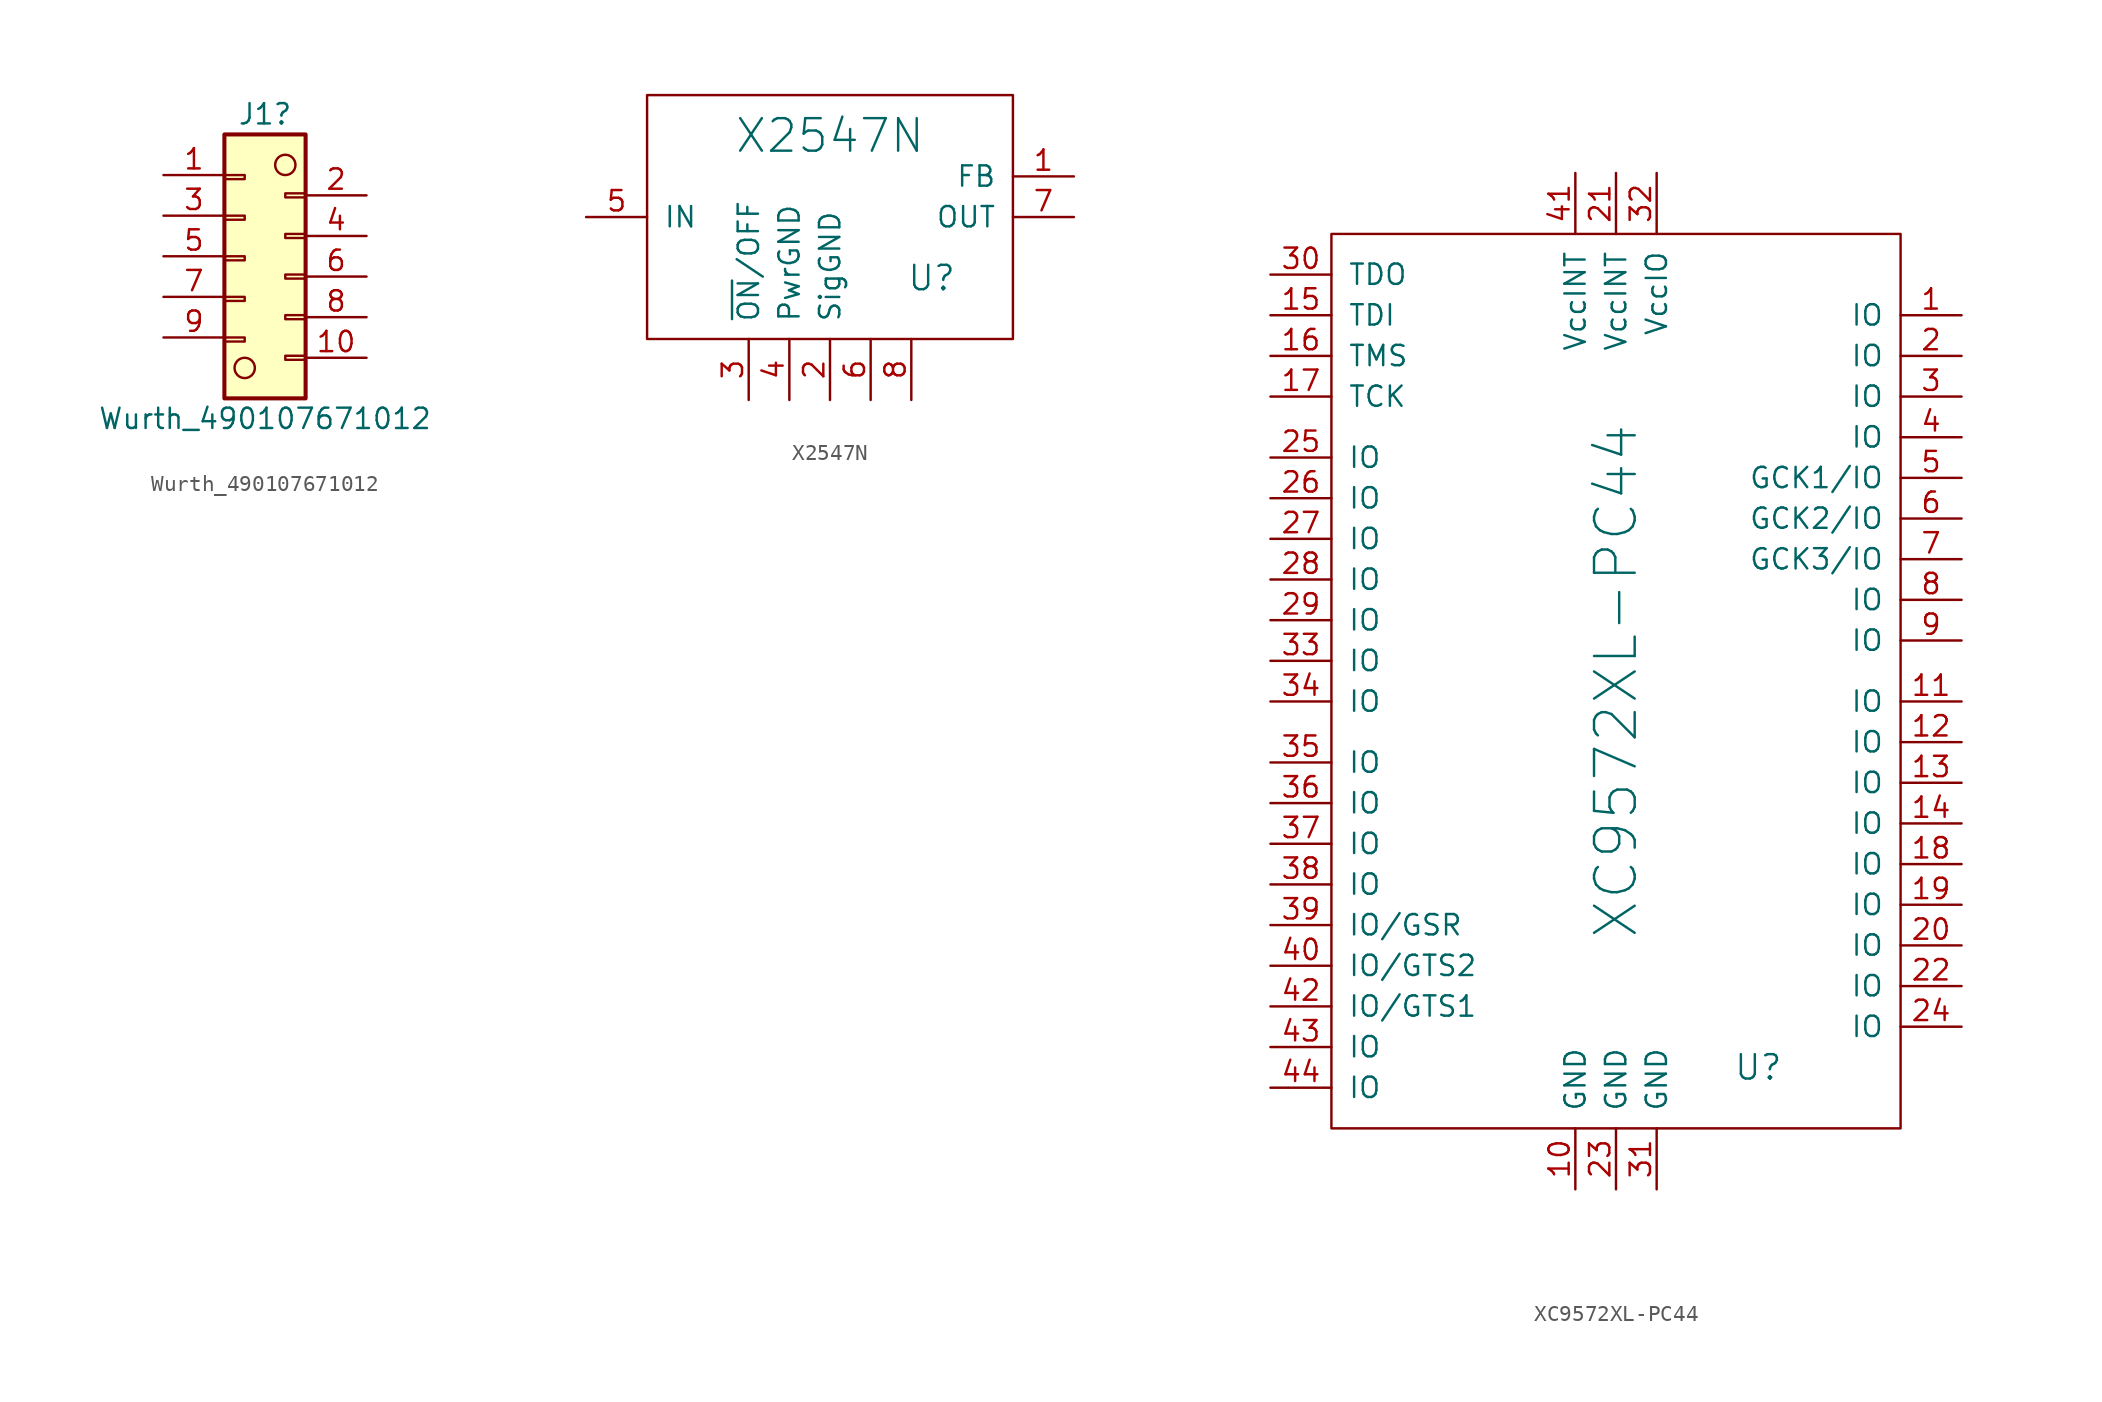
<source format=kicad_sym>
(kicad_symbol_lib
  (version 20231120)
  (generator "kicad_symbol_editor")
  (generator_version "8.0")
  (symbol "Wurth_490107671012"
    (pin_names
      (offset 1.016) hide)
    (property "Reference" "J1"
      (at 0 10.16 0)
      (effects (font (size 1.27 1.27))))
    (property "Value" "Wurth_490107671012"
      (at 0 -8.89 0)
      (effects (font (size 1.27 1.27))))
    (symbol "Wurth_490107671012_0_1"
      (circle (center -1.27 -5.715) (radius 0.635) (stroke (width 0) (type default)) (fill (type none)))
      (circle (center 1.27 6.985) (radius 0.635) (stroke (width 0) (type default)) (fill (type none))))
    (symbol "Wurth_490107671012_1_1"
      (rectangle (start -2.54 -3.81) (end -1.27 -4.064) (stroke (width 0.152) (type default)) (fill (type none)))
      (rectangle (start -2.54 -1.27) (end -1.27 -1.524) (stroke (width 0.152) (type default)) (fill (type none)))
      (rectangle (start -2.54 1.27) (end -1.27 1.016) (stroke (width 0.152) (type default)) (fill (type none)))
      (rectangle (start -2.54 3.81) (end -1.27 3.556) (stroke (width 0.152) (type default)) (fill (type none)))
      (rectangle (start -2.54 6.35) (end -1.27 6.096) (stroke (width 0.152) (type default)) (fill (type none)))
      (rectangle (start -2.54 8.89) (end 2.54 -7.62) (stroke (width 0.254) (type default)) (fill (type background)))
      (rectangle (start 2.54 -4.953) (end 1.27 -5.207) (stroke (width 0.152) (type default)) (fill (type none)))
      (rectangle (start 2.54 -2.413) (end 1.27 -2.667) (stroke (width 0.152) (type default)) (fill (type none)))
      (rectangle (start 2.54 0.127) (end 1.27 -0.127) (stroke (width 0.152) (type default)) (fill (type none)))
      (rectangle (start 2.54 2.667) (end 1.27 2.413) (stroke (width 0.152) (type default)) (fill (type none)))
      (rectangle (start 2.54 5.207) (end 1.27 4.953) (stroke (width 0.152) (type default)) (fill (type none)))
      (pin passive line (at -6.35 6.35 0) (length 3.81) (name "Pin_1" (effects (font (size 1.27 1.27)))) (number "1" (effects (font (size 1.27 1.27)))))
      (pin passive line (at 6.35 -5.08 180) (length 3.81) (name "Pin_10" (effects (font (size 1.27 1.27)))) (number "10" (effects (font (size 1.27 1.27)))))
      (pin passive line (at 6.35 5.08 180) (length 3.81) (name "Pin_2" (effects (font (size 1.27 1.27)))) (number "2" (effects (font (size 1.27 1.27)))))
      (pin passive line (at -6.35 3.81 0) (length 3.81) (name "Pin_3" (effects (font (size 1.27 1.27)))) (number "3" (effects (font (size 1.27 1.27)))))
      (pin passive line (at 6.35 2.54 180) (length 3.81) (name "Pin_4" (effects (font (size 1.27 1.27)))) (number "4" (effects (font (size 1.27 1.27)))))
      (pin passive line (at -6.35 1.27 0) (length 3.81) (name "Pin_5" (effects (font (size 1.27 1.27)))) (number "5" (effects (font (size 1.27 1.27)))))
      (pin passive line (at 6.35 0 180) (length 3.81) (name "Pin_6" (effects (font (size 1.27 1.27)))) (number "6" (effects (font (size 1.27 1.27)))))
      (pin passive line (at -6.35 -1.27 0) (length 3.81) (name "Pin_7" (effects (font (size 1.27 1.27)))) (number "7" (effects (font (size 1.27 1.27)))))
      (pin passive line (at 6.35 -2.54 180) (length 3.81) (name "Pin_8" (effects (font (size 1.27 1.27)))) (number "8" (effects (font (size 1.27 1.27)))))
      (pin passive line (at -6.35 -3.81 0) (length 3.81) (name "Pin_9" (effects (font (size 1.27 1.27)))) (number "9" (effects (font (size 1.27 1.27)))))))
  (symbol "X2547N"
    (pin_names
      (offset 1.016))
    (property "Reference" "U"
      (at 6.35 -3.81 0)
      (effects (font (size 1.524 1.524))))
    (property "Value" "X2547N"
      (at 0 5.08 0)
      (effects (font (size 2.032 2.032))))
    (property "Datasheet" ""
      (at 0 0 0)
      (effects (font (size 1.524 1.524))))
    (symbol "X2547N_0_1"
      (rectangle (start 11.43 -7.62) (end -11.43 7.62) (stroke (width 0) (type default)) (fill (type none))))
    (symbol "X2547N_1_1"
      (pin passive line (at 15.24 2.54 180) (length 3.81) (name "FB" (effects (font (size 1.27 1.27)))) (number "1" (effects (font (size 1.27 1.27)))))
      (pin passive line (at 0 -11.43 90) (length 3.81) (name "SigGND" (effects (font (size 1.27 1.27)))) (number "2" (effects (font (size 1.27 1.27)))))
      (pin passive line (at -5.08 -11.43 90) (length 3.81) (name "~{ON}/OFF" (effects (font (size 1.27 1.27)))) (number "3" (effects (font (size 1.27 1.27)))))
      (pin passive line (at -2.54 -11.43 90) (length 3.81) (name "PwrGND" (effects (font (size 1.27 1.27)))) (number "4" (effects (font (size 1.27 1.27)))))
      (pin passive line (at -15.24 0 0) (length 3.81) (name "IN" (effects (font (size 1.27 1.27)))) (number "5" (effects (font (size 1.27 1.27)))))
      (pin passive line (at 2.54 -11.43 90) (length 3.81) (name "~" (effects (font (size 1.27 1.27)))) (number "6" (effects (font (size 1.27 1.27)))))
      (pin passive line (at 15.24 0 180) (length 3.81) (name "OUT" (effects (font (size 1.27 1.27)))) (number "7" (effects (font (size 1.27 1.27)))))
      (pin passive line (at 5.08 -11.43 90) (length 3.81) (name "~" (effects (font (size 1.27 1.27)))) (number "8" (effects (font (size 1.27 1.27)))))))
  (symbol "XC9572XL-PC44"
    (pin_names
      (offset 1.016))
    (property "Reference" "U"
      (at 8.89 -24.13 0)
      (effects (font (size 1.524 1.524))))
    (property "Value" "XC9572XL-PC44"
      (at 0 0 90)
      (effects (font (size 2.54 2.54))))
    (property "Footprint" ""
      (at 0 0 0)
      (effects (font (size 1.524 1.524))))
    (property "Datasheet" ""
      (at 0 0 0)
      (effects (font (size 1.524 1.524))))
    (symbol "XC9572XL-PC44_0_1"
      (rectangle (start -17.78 27.94) (end 17.78 -27.94) (stroke (width 0) (type default)) (fill (type none))))
    (symbol "XC9572XL-PC44_1_1"
      (pin passive line (at 21.59 22.86 180) (length 3.81) (name "IO" (effects (font (size 1.27 1.27)))) (number "1" (effects (font (size 1.27 1.27)))))
      (pin power_in line (at -2.54 -31.75 90) (length 3.81) (name "GND" (effects (font (size 1.27 1.27)))) (number "10" (effects (font (size 1.27 1.27)))))
      (pin passive line (at 21.59 -1.27 180) (length 3.81) (name "IO" (effects (font (size 1.27 1.27)))) (number "11" (effects (font (size 1.27 1.27)))))
      (pin passive line (at 21.59 -3.81 180) (length 3.81) (name "IO" (effects (font (size 1.27 1.27)))) (number "12" (effects (font (size 1.27 1.27)))))
      (pin passive line (at 21.59 -6.35 180) (length 3.81) (name "IO" (effects (font (size 1.27 1.27)))) (number "13" (effects (font (size 1.27 1.27)))))
      (pin passive line (at 21.59 -8.89 180) (length 3.81) (name "IO" (effects (font (size 1.27 1.27)))) (number "14" (effects (font (size 1.27 1.27)))))
      (pin passive line (at -21.59 22.86 0) (length 3.81) (name "TDI" (effects (font (size 1.27 1.27)))) (number "15" (effects (font (size 1.27 1.27)))))
      (pin passive line (at -21.59 20.32 0) (length 3.81) (name "TMS" (effects (font (size 1.27 1.27)))) (number "16" (effects (font (size 1.27 1.27)))))
      (pin passive line (at -21.59 17.78 0) (length 3.81) (name "TCK" (effects (font (size 1.27 1.27)))) (number "17" (effects (font (size 1.27 1.27)))))
      (pin passive line (at 21.59 -11.43 180) (length 3.81) (name "IO" (effects (font (size 1.27 1.27)))) (number "18" (effects (font (size 1.27 1.27)))))
      (pin passive line (at 21.59 -13.97 180) (length 3.81) (name "IO" (effects (font (size 1.27 1.27)))) (number "19" (effects (font (size 1.27 1.27)))))
      (pin passive line (at 21.59 20.32 180) (length 3.81) (name "IO" (effects (font (size 1.27 1.27)))) (number "2" (effects (font (size 1.27 1.27)))))
      (pin passive line (at 21.59 -16.51 180) (length 3.81) (name "IO" (effects (font (size 1.27 1.27)))) (number "20" (effects (font (size 1.27 1.27)))))
      (pin power_in line (at 0 31.75 270) (length 3.81) (name "VccINT" (effects (font (size 1.27 1.27)))) (number "21" (effects (font (size 1.27 1.27)))))
      (pin passive line (at 21.59 -19.05 180) (length 3.81) (name "IO" (effects (font (size 1.27 1.27)))) (number "22" (effects (font (size 1.27 1.27)))))
      (pin power_in line (at 0 -31.75 90) (length 3.81) (name "GND" (effects (font (size 1.27 1.27)))) (number "23" (effects (font (size 1.27 1.27)))))
      (pin passive line (at 21.59 -21.59 180) (length 3.81) (name "IO" (effects (font (size 1.27 1.27)))) (number "24" (effects (font (size 1.27 1.27)))))
      (pin passive line (at -21.59 13.97 0) (length 3.81) (name "IO" (effects (font (size 1.27 1.27)))) (number "25" (effects (font (size 1.27 1.27)))))
      (pin passive line (at -21.59 11.43 0) (length 3.81) (name "IO" (effects (font (size 1.27 1.27)))) (number "26" (effects (font (size 1.27 1.27)))))
      (pin passive line (at -21.59 8.89 0) (length 3.81) (name "IO" (effects (font (size 1.27 1.27)))) (number "27" (effects (font (size 1.27 1.27)))))
      (pin passive line (at -21.59 6.35 0) (length 3.81) (name "IO" (effects (font (size 1.27 1.27)))) (number "28" (effects (font (size 1.27 1.27)))))
      (pin passive line (at -21.59 3.81 0) (length 3.81) (name "IO" (effects (font (size 1.27 1.27)))) (number "29" (effects (font (size 1.27 1.27)))))
      (pin passive line (at 21.59 17.78 180) (length 3.81) (name "IO" (effects (font (size 1.27 1.27)))) (number "3" (effects (font (size 1.27 1.27)))))
      (pin passive line (at -21.59 25.4 0) (length 3.81) (name "TDO" (effects (font (size 1.27 1.27)))) (number "30" (effects (font (size 1.27 1.27)))))
      (pin power_in line (at 2.54 -31.75 90) (length 3.81) (name "GND" (effects (font (size 1.27 1.27)))) (number "31" (effects (font (size 1.27 1.27)))))
      (pin power_in line (at 2.54 31.75 270) (length 3.81) (name "VccIO" (effects (font (size 1.27 1.27)))) (number "32" (effects (font (size 1.27 1.27)))))
      (pin passive line (at -21.59 1.27 0) (length 3.81) (name "IO" (effects (font (size 1.27 1.27)))) (number "33" (effects (font (size 1.27 1.27)))))
      (pin passive line (at -21.59 -1.27 0) (length 3.81) (name "IO" (effects (font (size 1.27 1.27)))) (number "34" (effects (font (size 1.27 1.27)))))
      (pin passive line (at -21.59 -5.08 0) (length 3.81) (name "IO" (effects (font (size 1.27 1.27)))) (number "35" (effects (font (size 1.27 1.27)))))
      (pin passive line (at -21.59 -7.62 0) (length 3.81) (name "IO" (effects (font (size 1.27 1.27)))) (number "36" (effects (font (size 1.27 1.27)))))
      (pin passive line (at -21.59 -10.16 0) (length 3.81) (name "IO" (effects (font (size 1.27 1.27)))) (number "37" (effects (font (size 1.27 1.27)))))
      (pin passive line (at -21.59 -12.7 0) (length 3.81) (name "IO" (effects (font (size 1.27 1.27)))) (number "38" (effects (font (size 1.27 1.27)))))
      (pin passive line (at -21.59 -15.24 0) (length 3.81) (name "IO/GSR" (effects (font (size 1.27 1.27)))) (number "39" (effects (font (size 1.27 1.27)))))
      (pin passive line (at 21.59 15.24 180) (length 3.81) (name "IO" (effects (font (size 1.27 1.27)))) (number "4" (effects (font (size 1.27 1.27)))))
      (pin passive line (at -21.59 -17.78 0) (length 3.81) (name "IO/GTS2" (effects (font (size 1.27 1.27)))) (number "40" (effects (font (size 1.27 1.27)))))
      (pin power_in line (at -2.54 31.75 270) (length 3.81) (name "VccINT" (effects (font (size 1.27 1.27)))) (number "41" (effects (font (size 1.27 1.27)))))
      (pin passive line (at -21.59 -20.32 0) (length 3.81) (name "IO/GTS1" (effects (font (size 1.27 1.27)))) (number "42" (effects (font (size 1.27 1.27)))))
      (pin passive line (at -21.59 -22.86 0) (length 3.81) (name "IO" (effects (font (size 1.27 1.27)))) (number "43" (effects (font (size 1.27 1.27)))))
      (pin passive line (at -21.59 -25.4 0) (length 3.81) (name "IO" (effects (font (size 1.27 1.27)))) (number "44" (effects (font (size 1.27 1.27)))))
      (pin passive line (at 21.59 12.7 180) (length 3.81) (name "GCK1/IO" (effects (font (size 1.27 1.27)))) (number "5" (effects (font (size 1.27 1.27)))))
      (pin passive line (at 21.59 10.16 180) (length 3.81) (name "GCK2/IO" (effects (font (size 1.27 1.27)))) (number "6" (effects (font (size 1.27 1.27)))))
      (pin passive line (at 21.59 7.62 180) (length 3.81) (name "GCK3/IO" (effects (font (size 1.27 1.27)))) (number "7" (effects (font (size 1.27 1.27)))))
      (pin passive line (at 21.59 5.08 180) (length 3.81) (name "IO" (effects (font (size 1.27 1.27)))) (number "8" (effects (font (size 1.27 1.27)))))
      (pin passive line (at 21.59 2.54 180) (length 3.81) (name "IO" (effects (font (size 1.27 1.27)))) (number "9" (effects (font (size 1.27 1.27))))))))
</source>
